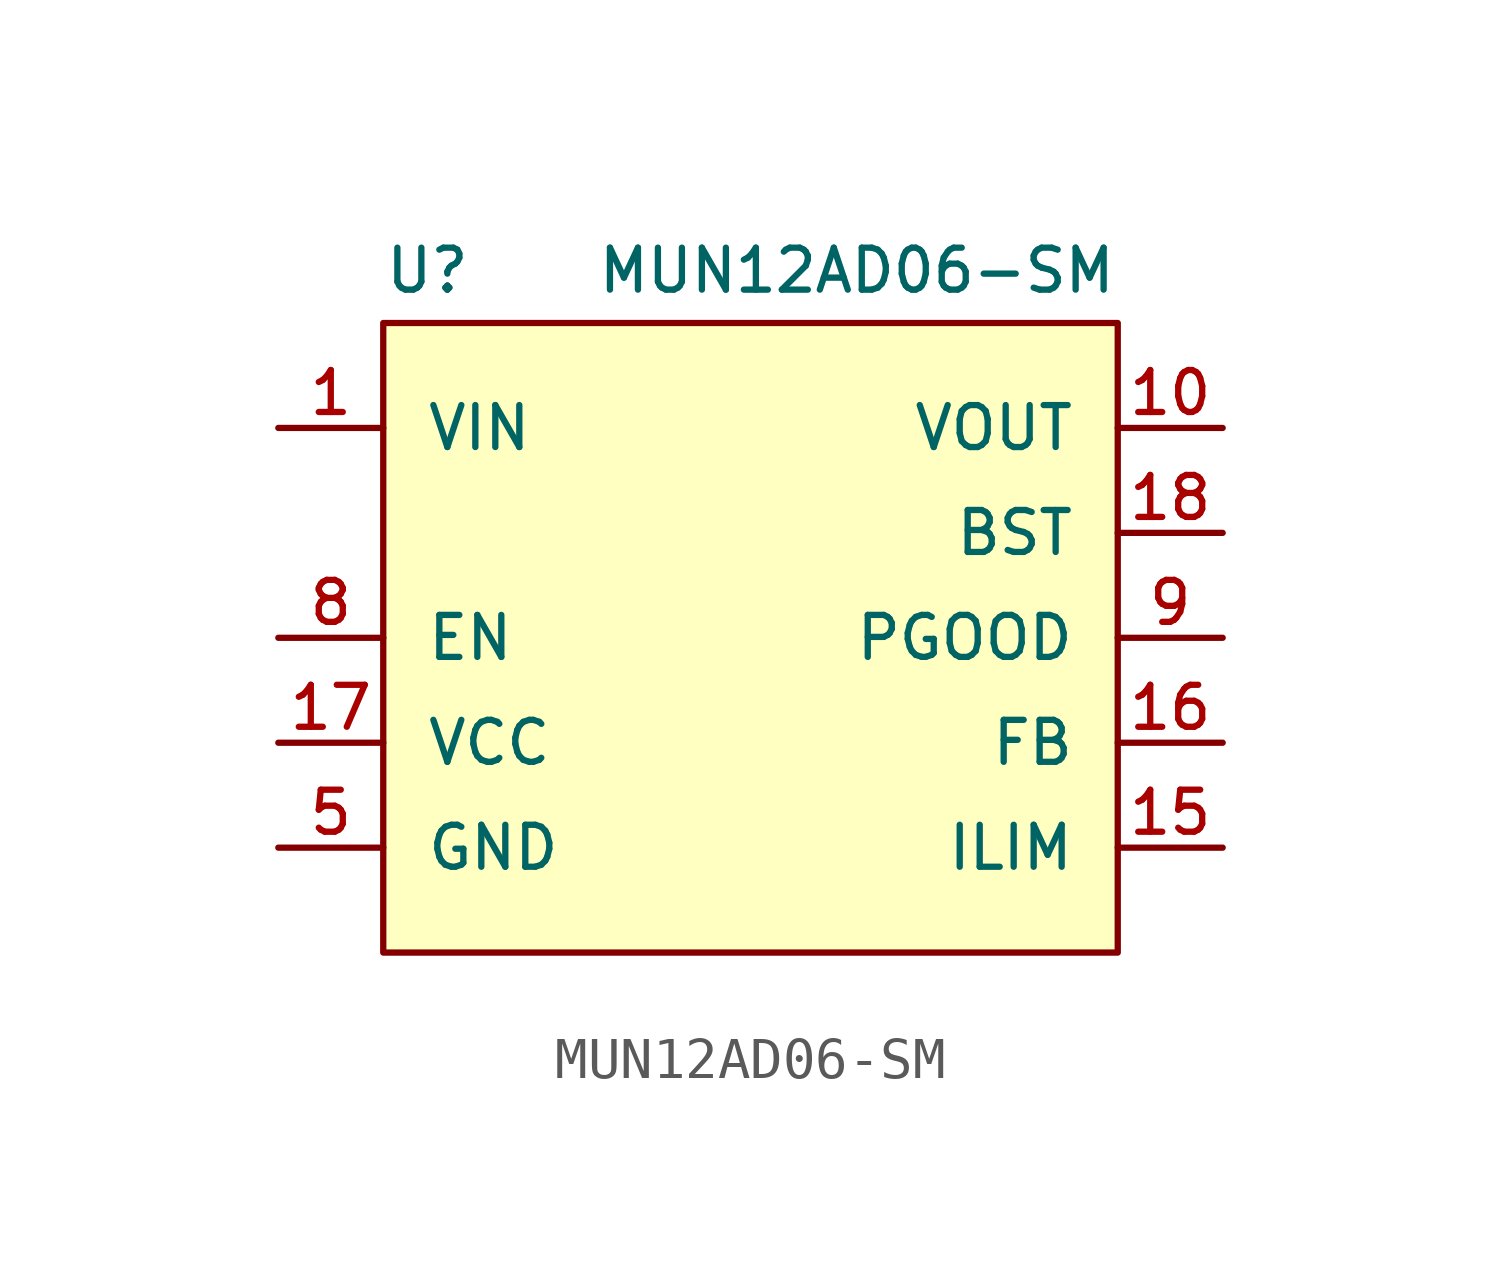
<source format=kicad_sym>
(kicad_symbol_lib
  (version 20211014)
  (generator kicad_symbol_editor)
  (symbol "MUN12AD06-SM"
    (pin_names
      (offset 1.016))
    (property "Reference" "U"
      (at -8.89 8.89 0)
      (effects (font (size 1.016 1.016)) (justify left)))
    (property "Value" "MUN12AD06-SM"
      (at 8.89 8.89 0)
      (effects (font (size 1.016 1.016)) (justify right)))
    (symbol "MUN12AD06-SM_0_1"
      (rectangle (start 8.89 -7.62) (end -8.89 7.62) (stroke (width 0) (type default) (color 0 0 0 0)) (fill (type background))))
    (symbol "MUN12AD06-SM_1_1"
      (pin power_in line (at -11.43 5.08 0) (length 2.54) (name "VIN" (effects (font (size 1.016 1.016)))) (number "1" (effects (font (size 1.016 1.016)))))
      (pin power_out line (at 11.43 5.08 180) (length 2.54) (name "VOUT" (effects (font (size 1.016 1.016)))) (number "10" (effects (font (size 1.016 1.016)))))
      (pin passive line (at 11.43 5.08 180) (length 2.54) hide (name "VOUT" (effects (font (size 1.016 1.016)))) (number "11" (effects (font (size 1.016 1.016)))))
      (pin passive line (at 11.43 5.08 180) (length 2.54) hide (name "VOUT" (effects (font (size 1.016 1.016)))) (number "12" (effects (font (size 1.016 1.016)))))
      (pin passive line (at 11.43 5.08 180) (length 2.54) hide (name "VOUT" (effects (font (size 1.016 1.016)))) (number "13" (effects (font (size 1.016 1.016)))))
      (pin passive line (at 11.43 5.08 180) (length 2.54) hide (name "VOUT" (effects (font (size 1.016 1.016)))) (number "14" (effects (font (size 1.016 1.016)))))
      (pin passive line (at 11.43 -5.08 180) (length 2.54) (name "ILIM" (effects (font (size 1.016 1.016)))) (number "15" (effects (font (size 1.016 1.016)))))
      (pin passive line (at 11.43 -2.54 180) (length 2.54) (name "FB" (effects (font (size 1.016 1.016)))) (number "16" (effects (font (size 1.016 1.016)))))
      (pin passive line (at -11.43 -2.54 0) (length 2.54) (name "VCC" (effects (font (size 1.016 1.016)))) (number "17" (effects (font (size 1.016 1.016)))))
      (pin passive line (at 11.43 2.54 180) (length 2.54) (name "BST" (effects (font (size 1.016 1.016)))) (number "18" (effects (font (size 1.016 1.016)))))
      (pin passive line (at -11.43 5.08 0) (length 2.54) hide (name "VIN" (effects (font (size 1.016 1.016)))) (number "19" (effects (font (size 1.016 1.016)))))
      (pin passive line (at -11.43 2.54 0) (length 2.54) hide (name "PHASE" (effects (font (size 1.016 1.016)))) (number "2" (effects (font (size 1.016 1.016)))))
      (pin passive line (at -11.43 5.08 0) (length 2.54) hide (name "VIN" (effects (font (size 1.016 1.016)))) (number "20" (effects (font (size 1.016 1.016)))))
      (pin passive line (at -11.43 5.08 0) (length 2.54) hide (name "VIN_TPD" (effects (font (size 1.016 1.016)))) (number "21" (effects (font (size 1.016 1.016)))))
      (pin passive line (at -11.43 2.54 0) (length 2.54) hide (name "PHASE_TPD" (effects (font (size 1.016 1.016)))) (number "22" (effects (font (size 1.016 1.016)))))
      (pin passive line (at -11.43 -5.08 0) (length 2.54) hide (name "GND_TPD" (effects (font (size 1.016 1.016)))) (number "23" (effects (font (size 1.016 1.016)))))
      (pin passive line (at 11.43 5.08 180) (length 2.54) hide (name "VOUT_TPD" (effects (font (size 1.016 1.016)))) (number "24" (effects (font (size 1.016 1.016)))))
      (pin passive line (at -11.43 -5.08 0) (length 2.54) hide (name "GND_TPD" (effects (font (size 1.016 1.016)))) (number "25" (effects (font (size 1.016 1.016)))))
      (pin passive line (at -11.43 2.54 0) (length 2.54) hide (name "PHASE" (effects (font (size 1.016 1.016)))) (number "3" (effects (font (size 1.016 1.016)))))
      (pin passive line (at -11.43 2.54 0) (length 2.54) hide (name "PHASE" (effects (font (size 1.016 1.016)))) (number "4" (effects (font (size 1.016 1.016)))))
      (pin power_in line (at -11.43 -5.08 0) (length 2.54) (name "GND" (effects (font (size 1.016 1.016)))) (number "5" (effects (font (size 1.016 1.016)))))
      (pin passive line (at -11.43 -5.08 0) (length 2.54) hide (name "GND" (effects (font (size 1.016 1.016)))) (number "6" (effects (font (size 1.016 1.016)))))
      (pin passive line (at -11.43 -5.08 0) (length 2.54) hide (name "GND" (effects (font (size 1.016 1.016)))) (number "7" (effects (font (size 1.016 1.016)))))
      (pin input line (at -11.43 0 0) (length 2.54) (name "EN" (effects (font (size 1.016 1.016)))) (number "8" (effects (font (size 1.016 1.016)))))
      (pin open_collector line (at 11.43 0 180) (length 2.54) (name "PGOOD" (effects (font (size 1.016 1.016)))) (number "9" (effects (font (size 1.016 1.016))))))))
</source>
